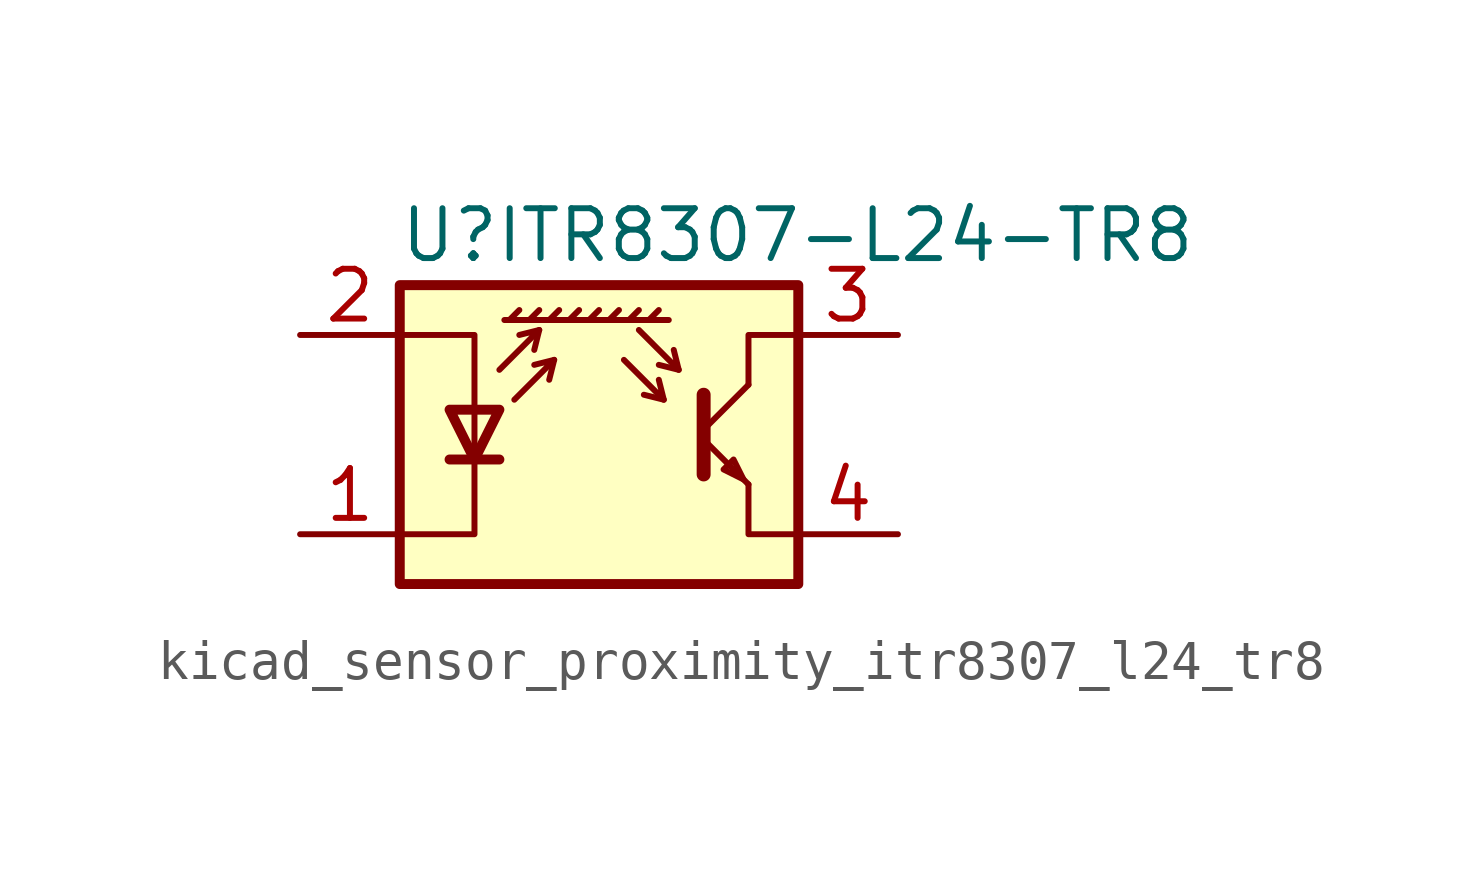
<source format=kicad_sym>
(kicad_symbol_lib
  (version 20220914)
  (generator kicad_symbol_editor)
  (symbol "kicad_sensor_proximity_itr8307_l24_tr8"
    (pin_names
      (offset 0.025) hide)
    (property "Reference" "U"
      (at -3.81 5.08 0)
      (effects (font (size 1.27 1.27))))
    (property "Value" "ITR8307-L24-TR8"
      (at 15.24 5.08 0)
      (effects (font (size 1.27 1.27)) (justify right)))
    (symbol "kicad_sensor_proximity_itr8307_l24_tr8_0_1"
      (polyline (pts (xy -3.81 -0.635) (xy -2.54 -0.635)) (stroke (width 0.254) (type default)) (fill (type none)))
      (polyline (pts (xy -2.286 2.921) (xy -2.032 3.175)) (stroke (width 0) (type default)) (fill (type none)))
      (polyline (pts (xy -1.778 2.921) (xy -1.524 3.175)) (stroke (width 0) (type default)) (fill (type none)))
      (polyline (pts (xy -1.524 2.667) (xy -1.651 2.159)) (stroke (width 0) (type default)) (fill (type none)))
      (polyline (pts (xy -1.27 2.921) (xy -1.016 3.175)) (stroke (width 0) (type default)) (fill (type none)))
      (polyline (pts (xy -1.143 1.905) (xy -1.27 1.397)) (stroke (width 0) (type default)) (fill (type none)))
      (polyline (pts (xy -0.762 2.921) (xy -0.508 3.175)) (stroke (width 0) (type default)) (fill (type none)))
      (polyline (pts (xy -0.254 2.921) (xy 0 3.175)) (stroke (width 0) (type default)) (fill (type none)))
      (polyline (pts (xy 0.254 2.921) (xy 0.508 3.175)) (stroke (width 0) (type default)) (fill (type none)))
      (polyline (pts (xy 0.762 2.921) (xy 1.016 3.175)) (stroke (width 0) (type default)) (fill (type none)))
      (polyline (pts (xy 1.27 2.921) (xy 1.524 3.175)) (stroke (width 0) (type default)) (fill (type none)))
      (polyline (pts (xy 1.651 0.889) (xy 1.143 1.016)) (stroke (width 0) (type default)) (fill (type none)))
      (polyline (pts (xy 1.778 2.921) (xy -2.413 2.921)) (stroke (width 0) (type default)) (fill (type none)))
      (polyline (pts (xy 2.032 1.651) (xy 1.524 1.778)) (stroke (width 0) (type default)) (fill (type none)))
      (polyline (pts (xy 2.667 -0.127) (xy 3.81 -1.27)) (stroke (width 0) (type default)) (fill (type none)))
      (polyline (pts (xy 2.667 0.127) (xy 3.81 1.27)) (stroke (width 0) (type default)) (fill (type none)))
      (polyline (pts (xy -2.54 1.651) (xy -1.524 2.667) (xy -2.032 2.54)) (stroke (width 0) (type default)) (fill (type none)))
      (polyline (pts (xy -2.159 0.889) (xy -1.143 1.905) (xy -1.651 1.778)) (stroke (width 0) (type default)) (fill (type none)))
      (polyline (pts (xy 0.635 1.905) (xy 1.651 0.889) (xy 1.524 1.397)) (stroke (width 0) (type default)) (fill (type none)))
      (polyline (pts (xy 1.016 2.667) (xy 2.032 1.651) (xy 1.905 2.159)) (stroke (width 0) (type default)) (fill (type none)))
      (polyline (pts (xy 2.667 1.016) (xy 2.667 -1.016) (xy 2.667 -1.016)) (stroke (width 0.356) (type default)) (fill (type none)))
      (polyline (pts (xy 3.81 -1.27) (xy 3.81 -2.54) (xy 5.08 -2.54)) (stroke (width 0) (type default)) (fill (type none)))
      (polyline (pts (xy 3.81 1.27) (xy 3.81 2.54) (xy 5.08 2.54)) (stroke (width 0) (type default)) (fill (type none)))
      (polyline (pts (xy -5.08 -2.54) (xy -3.175 -2.54) (xy -3.175 2.54) (xy -5.08 2.54)) (stroke (width 0) (type default)) (fill (type none)))
      (polyline (pts (xy -3.175 -0.635) (xy -3.81 0.635) (xy -2.54 0.635) (xy -3.175 -0.635)) (stroke (width 0.254) (type default)) (fill (type none)))
      (polyline (pts (xy 3.683 -1.143) (xy 3.429 -0.635) (xy 3.175 -0.889) (xy 3.683 -1.143)) (stroke (width 0) (type default)) (fill (type none)))
      (polyline (pts (xy -5.08 -3.81) (xy 5.08 -3.81) (xy 5.08 3.81) (xy -5.08 3.81) (xy -5.08 -3.81)) (stroke (width 0.254) (type default)) (fill (type background))))
    (symbol "kicad_sensor_proximity_itr8307_l24_tr8_1_1"
      (pin passive line (at -7.62 -2.54 0) (length 2.54) (name "K" (effects (font (size 1.27 1.27)))) (number "1" (effects (font (size 1.27 1.27)))))
      (pin passive line (at -7.62 2.54 0) (length 2.54) (name "A" (effects (font (size 1.27 1.27)))) (number "2" (effects (font (size 1.27 1.27)))))
      (pin open_collector line (at 7.62 2.54 180) (length 2.54) (name "~" (effects (font (size 1.27 1.27)))) (number "3" (effects (font (size 1.27 1.27)))))
      (pin open_emitter line (at 7.62 -2.54 180) (length 2.54) (name "~" (effects (font (size 1.27 1.27)))) (number "4" (effects (font (size 1.27 1.27))))))))
</source>
